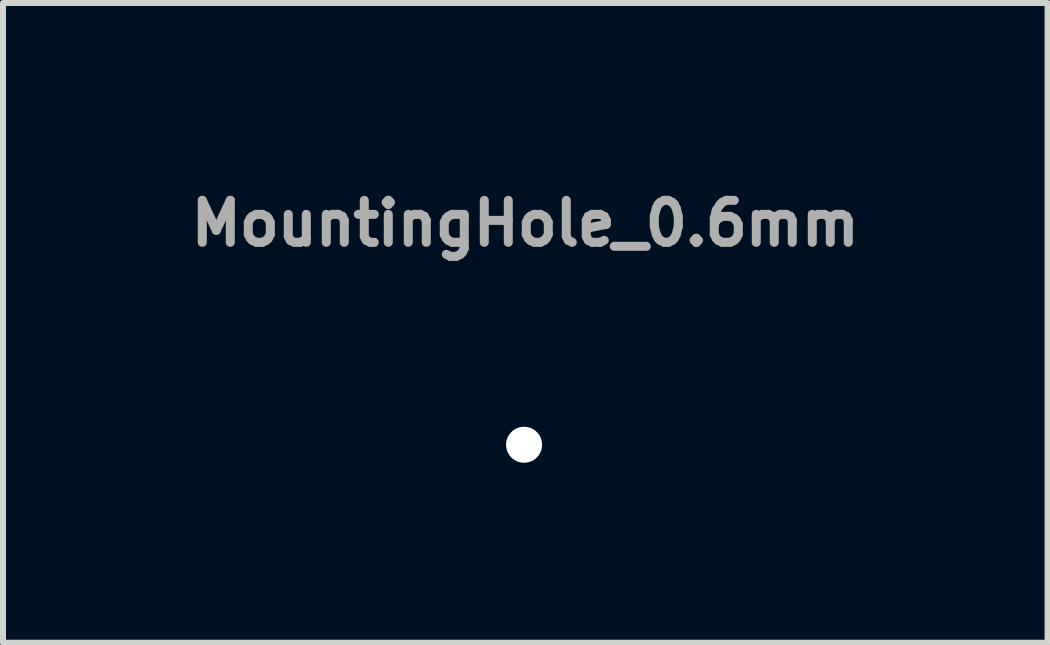
<source format=kicad_pcb>
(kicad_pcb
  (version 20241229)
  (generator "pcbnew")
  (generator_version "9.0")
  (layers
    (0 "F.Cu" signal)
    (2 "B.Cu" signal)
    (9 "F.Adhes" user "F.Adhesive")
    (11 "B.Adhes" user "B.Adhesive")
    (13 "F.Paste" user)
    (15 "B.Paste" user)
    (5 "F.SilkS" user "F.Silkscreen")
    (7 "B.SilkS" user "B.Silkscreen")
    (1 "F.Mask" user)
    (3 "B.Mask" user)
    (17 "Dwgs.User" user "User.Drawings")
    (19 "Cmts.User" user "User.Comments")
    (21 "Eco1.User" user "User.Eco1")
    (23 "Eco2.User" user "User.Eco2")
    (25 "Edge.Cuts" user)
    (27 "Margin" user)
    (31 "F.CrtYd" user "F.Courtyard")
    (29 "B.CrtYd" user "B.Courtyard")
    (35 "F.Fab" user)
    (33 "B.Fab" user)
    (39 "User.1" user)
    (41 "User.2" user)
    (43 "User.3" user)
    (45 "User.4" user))
  (footprint "MountingHole_0.6mm"
    (layer "F.Cu")
    (at 5.685 4.363)
    (property "Reference" "MountingHole_0.6mm" (at 0.02 -3.69 0) (layer "F.Fab") (effects (font (size 0.7 0.7) (thickness 0.15))))
    (attr through_hole)
    (pad "" np_thru_hole circle (at 0 0) (size 0.6 0.6) (drill 0.6) (layers "*.Cu" "F.Mask")))
  (gr_rect
    (start -3 -3)
    (end 14.41 7.663)
    (stroke (width 0.1) (type default))
    (fill no)
    (layer "Edge.Cuts")))
</source>
